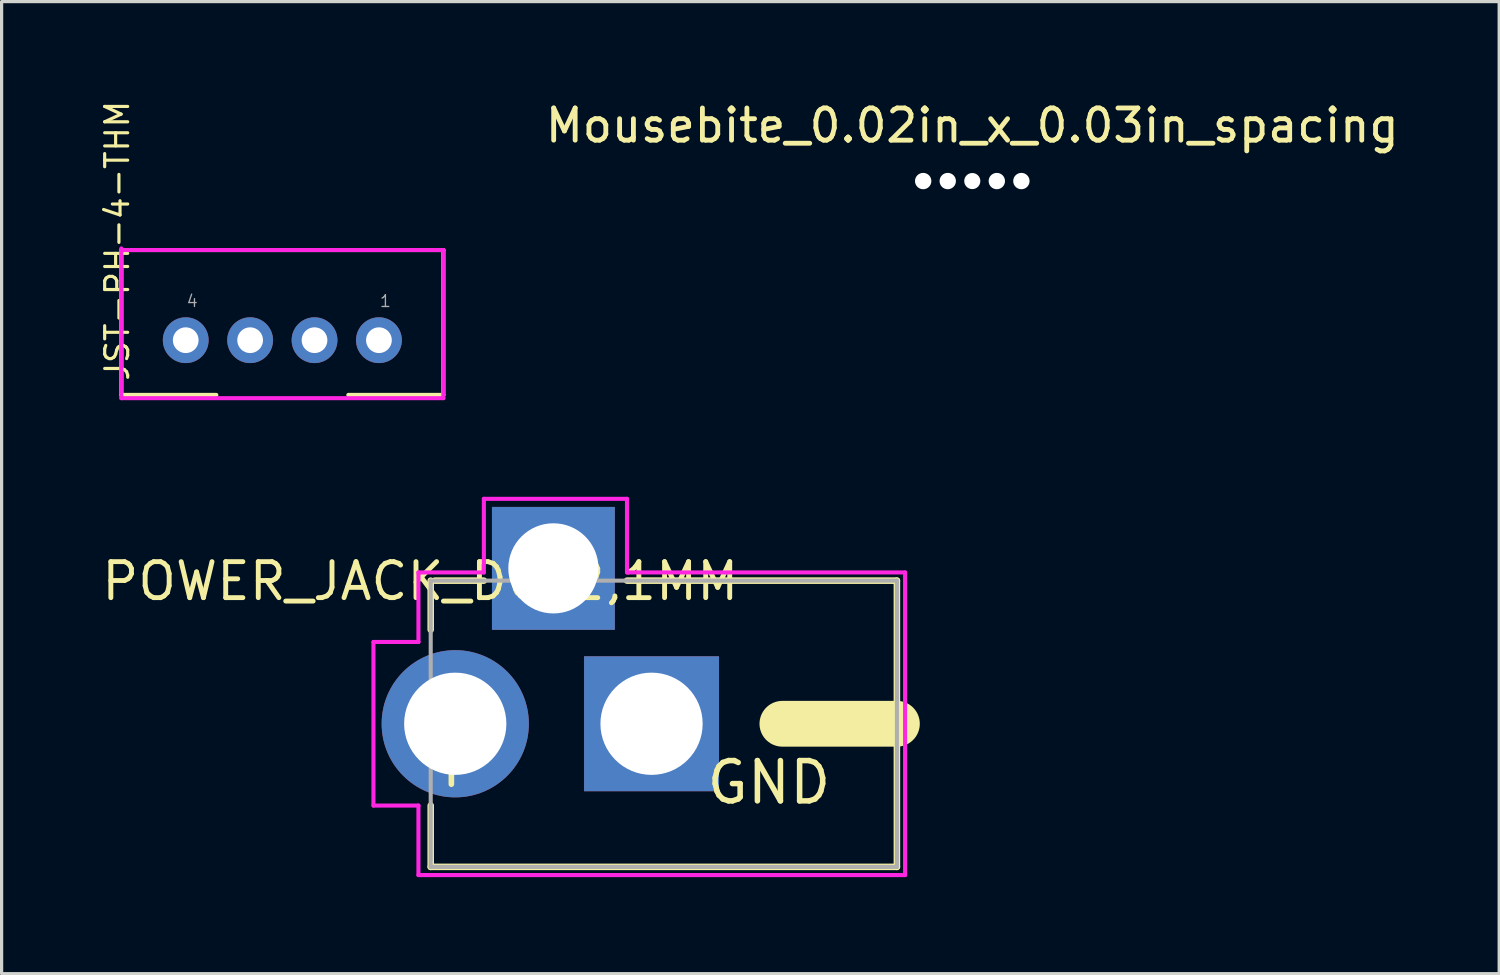
<source format=kicad_pcb>
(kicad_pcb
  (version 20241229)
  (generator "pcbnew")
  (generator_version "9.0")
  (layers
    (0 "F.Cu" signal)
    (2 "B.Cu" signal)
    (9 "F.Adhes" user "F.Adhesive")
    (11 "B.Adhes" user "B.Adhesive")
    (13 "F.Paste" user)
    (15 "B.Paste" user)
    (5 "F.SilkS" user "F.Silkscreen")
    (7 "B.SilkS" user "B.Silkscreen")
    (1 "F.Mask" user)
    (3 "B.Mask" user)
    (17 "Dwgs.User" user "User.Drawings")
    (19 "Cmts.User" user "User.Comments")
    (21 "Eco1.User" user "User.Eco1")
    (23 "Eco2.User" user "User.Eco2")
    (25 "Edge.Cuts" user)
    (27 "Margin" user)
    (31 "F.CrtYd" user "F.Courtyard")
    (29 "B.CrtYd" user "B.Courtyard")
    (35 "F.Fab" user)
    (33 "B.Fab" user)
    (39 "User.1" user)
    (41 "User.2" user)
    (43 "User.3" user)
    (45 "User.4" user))
  (footprint "POWER_JACK_DC_2,1MM"
    (layer "F.Cu")
    (at 11.088 19.427)
    (property "Reference" "POWER_JACK_DC_2,1MM" (at 8.89 -5.08 0) (layer "F.SilkS") (effects (font (size 1.118 1.118) (thickness 0.152)) (justify right top)))
    (fp_line (start -0.762 -4.445) (end -0.762 -2.921) (stroke (width 0.203) (type solid)) (layer "F.SilkS"))
    (fp_line (start -0.762 2.54) (end -0.762 4.445) (stroke (width 0.203) (type solid)) (layer "F.SilkS"))
    (fp_line (start -0.762 4.445) (end 13.716 4.445) (stroke (width 0.203) (type solid)) (layer "F.SilkS"))
    (fp_line (start -0.635 -4.445) (end 0.889 -4.445) (stroke (width 0.203) (type solid)) (layer "F.SilkS"))
    (fp_line (start 10.16 0) (end 13.716 0) (stroke (width 1.422) (type solid)) (layer "F.SilkS"))
    (fp_line (start 13.716 -4.445) (end 5.334 -4.445) (stroke (width 0.203) (type solid)) (layer "F.SilkS"))
    (fp_line (start 13.716 0) (end 13.716 -4.445) (stroke (width 0.203) (type solid)) (layer "F.SilkS"))
    (fp_line (start 13.716 4.445) (end 13.716 0) (stroke (width 0.203) (type solid)) (layer "F.SilkS"))
    (fp_line (start -2.54 -2.54) (end -1.143 -2.54) (stroke (width 0.127) (type solid)) (layer "F.CrtYd"))
    (fp_line (start -2.54 2.54) (end -2.54 -2.54) (stroke (width 0.127) (type solid)) (layer "F.CrtYd"))
    (fp_line (start -2.54 2.54) (end -1.143 2.54) (stroke (width 0.127) (type solid)) (layer "F.CrtYd"))
    (fp_line (start -1.143 -4.699) (end 0.889 -4.699) (stroke (width 0.127) (type solid)) (layer "F.CrtYd"))
    (fp_line (start -1.143 -2.54) (end -1.143 -4.699) (stroke (width 0.127) (type solid)) (layer "F.CrtYd"))
    (fp_line (start -1.143 2.54) (end -1.143 4.699) (stroke (width 0.127) (type solid)) (layer "F.CrtYd"))
    (fp_line (start 0.889 -6.985) (end 5.334 -6.985) (stroke (width 0.127) (type solid)) (layer "F.CrtYd"))
    (fp_line (start 0.889 -4.699) (end 0.889 -6.985) (stroke (width 0.127) (type solid)) (layer "F.CrtYd"))
    (fp_line (start 5.334 -6.985) (end 5.334 -4.699) (stroke (width 0.127) (type solid)) (layer "F.CrtYd"))
    (fp_line (start 5.334 -4.699) (end 13.97 -4.699) (stroke (width 0.127) (type solid)) (layer "F.CrtYd"))
    (fp_line (start 13.97 -4.699) (end 13.97 4.699) (stroke (width 0.127) (type solid)) (layer "F.CrtYd"))
    (fp_line (start 13.97 4.699) (end -1.143 4.699) (stroke (width 0.127) (type solid)) (layer "F.CrtYd"))
    (fp_line (start -0.762 -4.445) (end 13.716 -4.445) (stroke (width 0.127) (type solid)) (layer "F.Fab"))
    (fp_line (start -0.762 4.445) (end -0.762 -4.445) (stroke (width 0.127) (type solid)) (layer "F.Fab"))
    (fp_line (start 13.716 -4.445) (end 13.716 4.445) (stroke (width 0.127) (type solid)) (layer "F.Fab"))
    (fp_line (start 13.716 4.445) (end -0.762 4.445) (stroke (width 0.127) (type solid)) (layer "F.Fab"))
    (fp_text user "+" (at -1.48 2.132 0) (layer "F.SilkS") (effects (font (size 2.01 2.01) (thickness 0.175)) (justify left bottom)))
    (fp_text user "GND" (at 7.721 2.557 0) (layer "F.SilkS") (effects (font (size 1.252 1.252) (thickness 0.171)) (justify left bottom)))
    (pad "P$1" thru_hole circle (at 0 0 90) (size 4.572 4.572) (drill 3.175) (layers "*.Cu" "*.Mask"))
    (pad "P$2" thru_hole rect (at 6.096 0) (size 4.191 4.191) (drill 3.175) (layers "*.Cu" "*.Mask"))
    (pad "P$3" thru_hole rect (at 3.048 -4.826) (size 3.816 3.816) (drill 2.8) (layers "*.Cu" "*.Mask")))
  (footprint "JST-PH-4-THM"
    (layer "F.Cu")
    (at 5.718 7.515)
    (property "Reference" "JST-PH-4-THM" (at -5.128 1.317 90) (layer "F.SilkS") (effects (font (size 0.715 0.715) (thickness 0.098)) (justify left)))
    (fp_line (start -5 -2.8) (end 5 -2.8) (stroke (width 0.127) (type solid)) (layer "F.SilkS"))
    (fp_line (start -5 1.7) (end -5 -2.8) (stroke (width 0.127) (type solid)) (layer "F.SilkS"))
    (fp_line (start -2.05 1.7) (end -5 1.7) (stroke (width 0.127) (type solid)) (layer "F.SilkS"))
    (fp_line (start 5 -2.8) (end 5 1.7) (stroke (width 0.127) (type solid)) (layer "F.SilkS"))
    (fp_line (start 5 1.7) (end 2.05 1.7) (stroke (width 0.127) (type solid)) (layer "F.SilkS"))
    (fp_line (start -5 -2.8) (end 5 -2.8) (stroke (width 0.127) (type solid)) (layer "F.CrtYd"))
    (fp_line (start -5 1.8) (end -5 -2.85) (stroke (width 0.127) (type solid)) (layer "F.CrtYd"))
    (fp_line (start 5 -2.8) (end 5 1.8) (stroke (width 0.127) (type solid)) (layer "F.CrtYd"))
    (fp_line (start 5 1.8) (end -5 1.8) (stroke (width 0.127) (type solid)) (layer "F.CrtYd"))
    (fp_text user "1" (at 3 -1 0) (layer "F.Fab") (effects (font (size 0.366 0.366) (thickness 0.041)) (justify left bottom)))
    (fp_text user "4" (at -3 -1 0) (layer "F.Fab") (effects (font (size 0.366 0.366) (thickness 0.041)) (justify left bottom)))
    (pad "1" thru_hole circle (at 3 0 180) (size 1.422 1.422) (drill 0.8) (layers "*.Cu" "*.Mask"))
    (pad "2" thru_hole circle (at 1 0 180) (size 1.422 1.422) (drill 0.8) (layers "*.Cu" "*.Mask"))
    (pad "3" thru_hole circle (at -1 0 180) (size 1.422 1.422) (drill 0.8) (layers "*.Cu" "*.Mask"))
    (pad "4" thru_hole circle (at -3 0 180) (size 1.422 1.422) (drill 0.8) (layers "*.Cu" "*.Mask")))
  (footprint "Mousebite_0.02in_x_0.03in_spacing"
    (layer "F.Cu")
    (at 27.145 2.573)
    (property "Reference" "Mousebite_0.02in_x_0.03in_spacing" (at 0 -1.725 0) (unlocked yes) (layer "F.SilkS") (effects (font (size 1 1) (thickness 0.15))))
    (attr through_hole)
    (pad "" np_thru_hole circle (at -1.525 0) (size 0.508 0.508) (drill 0.508) (layers "*.Cu" "*.Mask"))
    (pad "" np_thru_hole circle (at -0.762 0) (size 0.508 0.508) (drill 0.508) (layers "*.Cu" "*.Mask"))
    (pad "" np_thru_hole circle (at 0 0) (size 0.5 0.5) (drill 0.5) (layers "*.Cu" "*.Mask"))
    (pad "" np_thru_hole circle (at 0.762 0) (size 0.508 0.508) (drill 0.508) (layers "*.Cu" "*.Mask"))
    (pad "" np_thru_hole circle (at 1.525 0) (size 0.508 0.508) (drill 0.508) (layers "*.Cu" "*.Mask")))
  (gr_rect
    (start -3 -3)
    (end 43.508 27.189)
    (stroke (width 0.1) (type default))
    (fill no)
    (layer "Edge.Cuts")))
</source>
